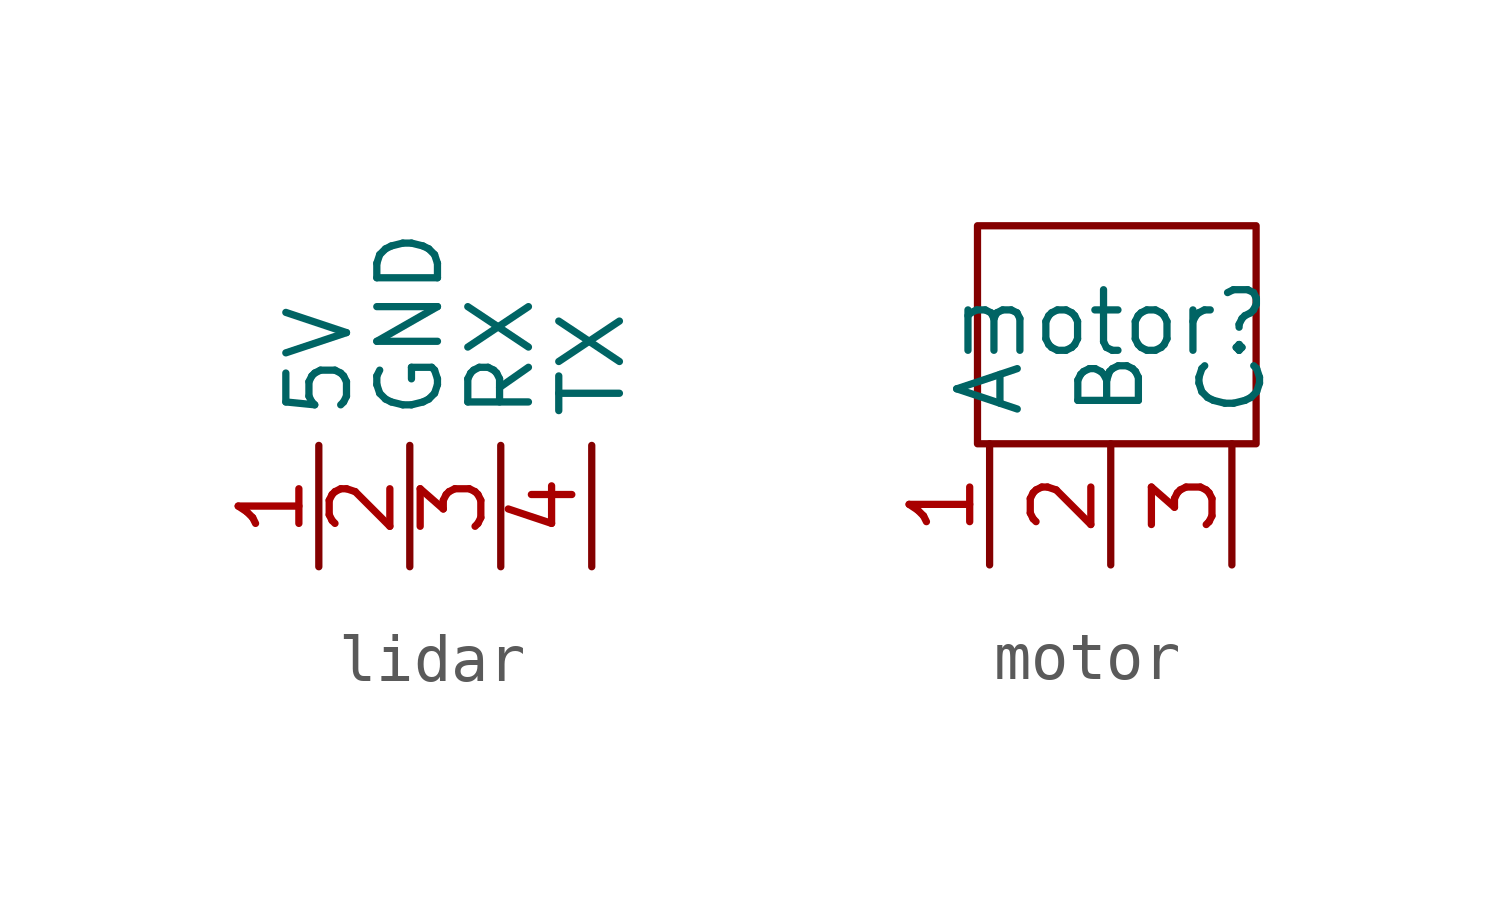
<source format=kicad_sym>
(kicad_symbol_lib
  (version 20241209)
  (generator "kicad_symbol_editor")
  (generator_version "9.0")
  (symbol "lidar"
    (property "Reference" "L"
      (at 0.635 -0.635 0)
      (effects (font (size 1.27 1.27)) (hide yes)))
    (property "Value" ""
      (at 0 0 0)
      (effects (font (size 1.27 1.27))))
    (symbol "lidar_1_1"
      (pin bidirectional line (at -2.54 0 90) (length 2.54) (name "5V" (effects (font (size 1.27 1.27)))) (number "1" (effects (font (size 1.27 1.27)))))
      (pin bidirectional line (at -0.635 0 90) (length 2.54) (name "GND" (effects (font (size 1.27 1.27)))) (number "2" (effects (font (size 1.27 1.27)))))
      (pin bidirectional line (at 1.27 0 90) (length 2.54) (name "RX" (effects (font (size 1.27 1.27)))) (number "3" (effects (font (size 1.27 1.27)))))
      (pin bidirectional line (at 3.175 0 90) (length 2.54) (name "TX" (effects (font (size 1.27 1.27)))) (number "4" (effects (font (size 1.27 1.27)))))))
  (symbol "motor"
    (property "Reference" "motor"
      (at 0 0 0)
      (effects (font (size 1.27 1.27))))
    (property "Value" ""
      (at 0 0 0)
      (effects (font (size 1.27 1.27))))
    (symbol "motor_0_1"
      (rectangle (start -2.794 2.032) (end 3.048 -2.54) (stroke (width 0) (type default)) (fill (type none))))
    (symbol "motor_1_1"
      (pin input line (at -2.54 -5.08 90) (length 2.54) (name "A" (effects (font (size 1.27 1.27)))) (number "1" (effects (font (size 1.27 1.27)))))
      (pin input line (at 0 -5.08 90) (length 2.54) (name "B" (effects (font (size 1.27 1.27)))) (number "2" (effects (font (size 1.27 1.27)))))
      (pin input line (at 2.54 -5.08 90) (length 2.54) (name "C" (effects (font (size 1.27 1.27)))) (number "3" (effects (font (size 1.27 1.27))))))))
</source>
